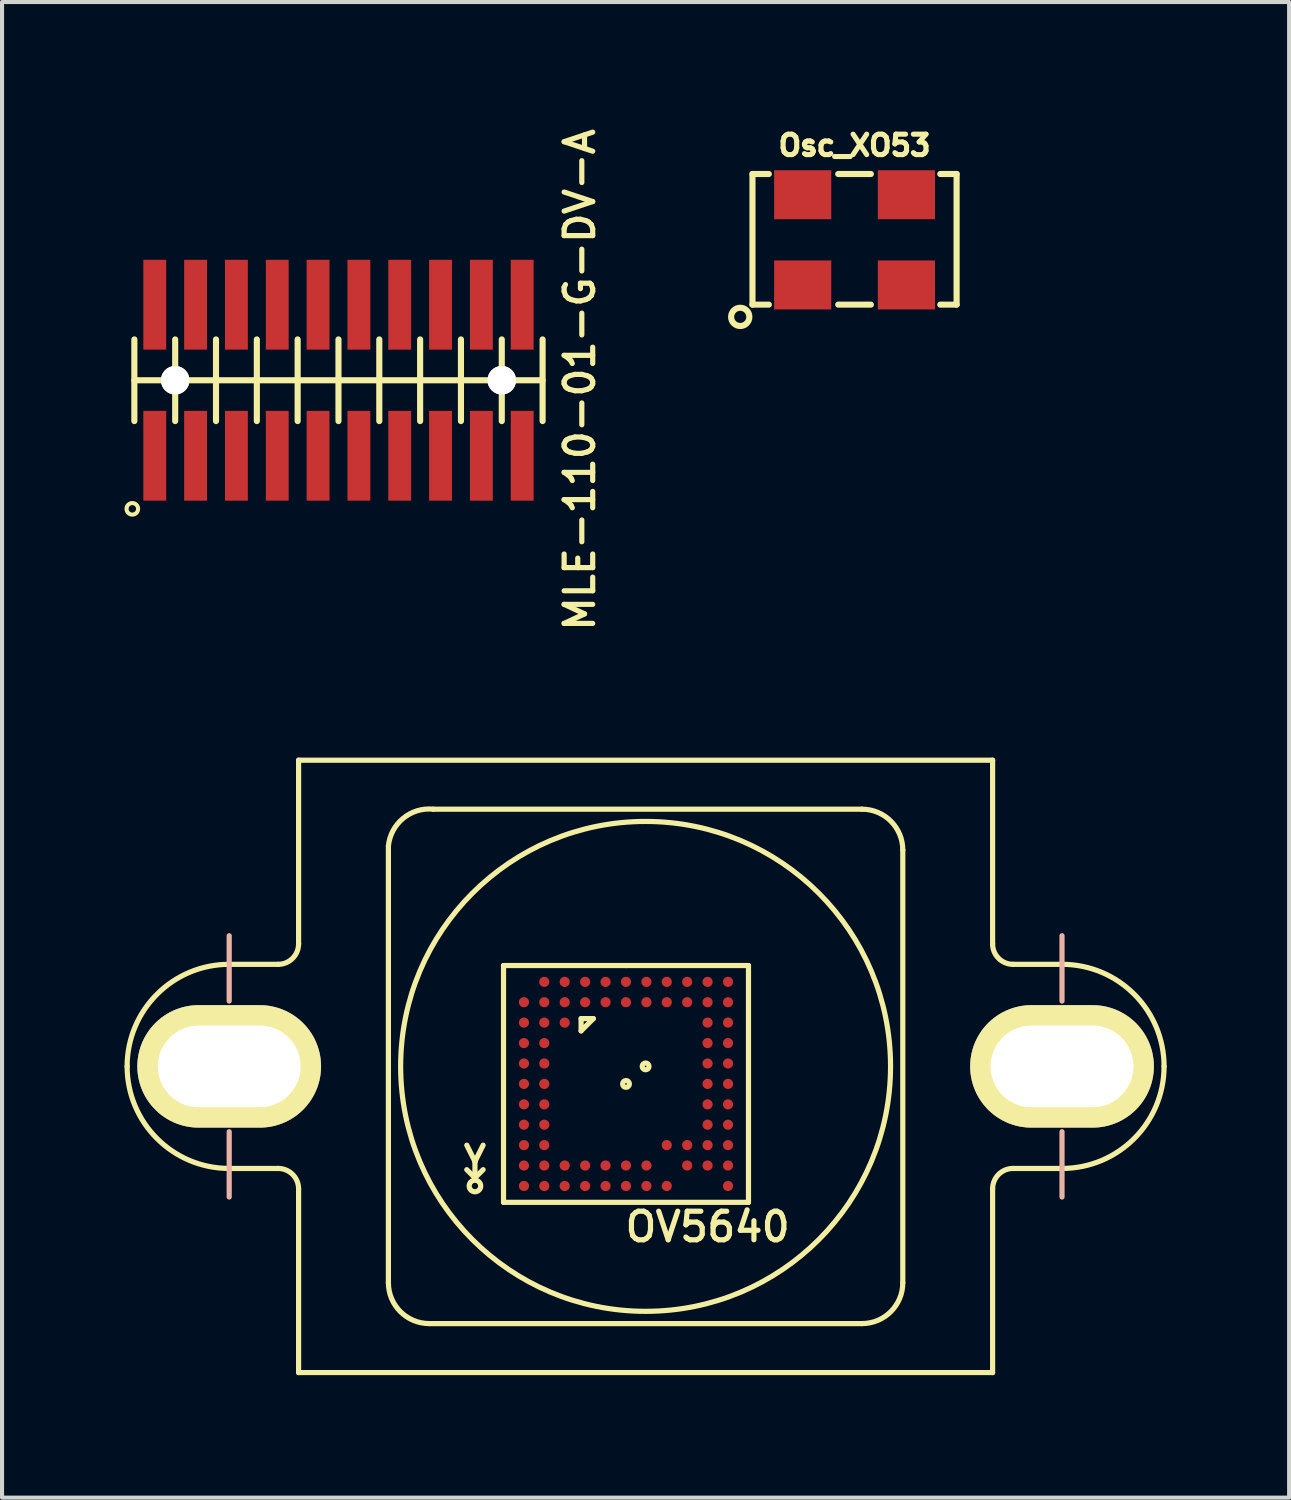
<source format=kicad_pcb>
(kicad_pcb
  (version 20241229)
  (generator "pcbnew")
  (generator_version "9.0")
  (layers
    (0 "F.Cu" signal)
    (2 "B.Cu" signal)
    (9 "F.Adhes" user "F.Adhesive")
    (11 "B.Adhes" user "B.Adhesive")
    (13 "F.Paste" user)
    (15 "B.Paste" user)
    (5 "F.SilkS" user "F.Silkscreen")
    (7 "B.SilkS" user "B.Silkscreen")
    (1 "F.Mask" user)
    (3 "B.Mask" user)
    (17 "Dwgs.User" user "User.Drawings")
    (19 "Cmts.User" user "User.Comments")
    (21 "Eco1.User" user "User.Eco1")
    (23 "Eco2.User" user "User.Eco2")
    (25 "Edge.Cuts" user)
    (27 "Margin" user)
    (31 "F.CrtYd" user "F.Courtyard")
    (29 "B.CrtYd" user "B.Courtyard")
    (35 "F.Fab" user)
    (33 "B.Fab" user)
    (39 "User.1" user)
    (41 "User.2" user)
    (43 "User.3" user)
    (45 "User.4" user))
  (footprint "OV5640"
    (layer "F.Cu")
    (at 12.764 23.071)
    (property "Reference" "OV5640" (at 1.52 3.93 180) (layer "F.SilkS") (effects (font (size 0.7 0.7) (thickness 0.127))))
    (attr through_hole)
    (fp_line (start -10.2 -2.5) (end -9 -2.5) (stroke (width 0.127) (type solid)) (layer "F.SilkS"))
    (fp_line (start -10.2 2.5) (end -9 2.5) (stroke (width 0.127) (type solid)) (layer "F.SilkS"))
    (fp_line (start -8.5 -3) (end -8.5 -7.5) (stroke (width 0.127) (type solid)) (layer "F.SilkS"))
    (fp_line (start -8.5 3) (end -8.5 7.5) (stroke (width 0.127) (type solid)) (layer "F.SilkS"))
    (fp_line (start -8.5 7.5) (end 8.5 7.5) (stroke (width 0.127) (type solid)) (layer "F.SilkS"))
    (fp_line (start -6.3 -5.4) (end -6.3 5.3) (stroke (width 0.127) (type solid)) (layer "F.SilkS"))
    (fp_line (start -5.3 6.3) (end 5.3 6.3) (stroke (width 0.127) (type solid)) (layer "F.SilkS"))
    (fp_line (start -4.18 2.33) (end -4.38 1.93) (stroke (width 0.127) (type solid)) (layer "F.SilkS"))
    (fp_line (start -4.18 2.33) (end -4.18 2.73) (stroke (width 0.127) (type solid)) (layer "F.SilkS"))
    (fp_line (start -4.18 2.73) (end -4.38 2.53) (stroke (width 0.127) (type solid)) (layer "F.SilkS"))
    (fp_line (start -4.18 2.73) (end -3.98 2.53) (stroke (width 0.127) (type solid)) (layer "F.SilkS"))
    (fp_line (start -3.98 1.93) (end -4.18 2.33) (stroke (width 0.127) (type solid)) (layer "F.SilkS"))
    (fp_line (start -3.48 -2.47) (end -0.48 -2.47) (stroke (width 0.127) (type solid)) (layer "F.SilkS"))
    (fp_line (start -3.48 3.33) (end -3.48 -2.47) (stroke (width 0.127) (type solid)) (layer "F.SilkS"))
    (fp_line (start -1.58 -1.17) (end -1.58 -0.87) (stroke (width 0.127) (type solid)) (layer "F.SilkS"))
    (fp_line (start -1.58 -0.87) (end -1.28 -1.17) (stroke (width 0.127) (type solid)) (layer "F.SilkS"))
    (fp_line (start -1.28 -1.17) (end -1.58 -1.17) (stroke (width 0.127) (type solid)) (layer "F.SilkS"))
    (fp_line (start -0.48 -2.47) (end 2.52 -2.47) (stroke (width 0.127) (type solid)) (layer "F.SilkS"))
    (fp_line (start 2.52 -2.47) (end 2.52 3.33) (stroke (width 0.127) (type solid)) (layer "F.SilkS"))
    (fp_line (start 2.52 3.33) (end -3.48 3.33) (stroke (width 0.127) (type solid)) (layer "F.SilkS"))
    (fp_line (start 5.3 -6.3) (end -5.2 -6.3) (stroke (width 0.127) (type solid)) (layer "F.SilkS"))
    (fp_line (start 6.3 5.3) (end 6.3 -5.3) (stroke (width 0.127) (type solid)) (layer "F.SilkS"))
    (fp_line (start 8.5 -7.5) (end -8.5 -7.5) (stroke (width 0.127) (type solid)) (layer "F.SilkS"))
    (fp_line (start 8.5 -3) (end 8.5 -7.5) (stroke (width 0.127) (type solid)) (layer "F.SilkS"))
    (fp_line (start 8.5 3) (end 8.5 7.5) (stroke (width 0.127) (type solid)) (layer "F.SilkS"))
    (fp_line (start 9 -2.5) (end 10.2 -2.5) (stroke (width 0.127) (type solid)) (layer "F.SilkS"))
    (fp_line (start 9 2.5) (end 10.2 2.5) (stroke (width 0.127) (type solid)) (layer "F.SilkS"))
    (fp_arc (start -12.7 0) (mid -11.967767 -1.767767) (end -10.2 -2.5) (stroke (width 0.127) (type solid)) (layer "F.SilkS"))
    (fp_arc (start -10.2 2.5) (mid -11.967767 1.767767) (end -12.7 0) (stroke (width 0.127) (type solid)) (layer "F.SilkS"))
    (fp_arc (start -9 2.5) (mid -8.646447 2.646447) (end -8.5 3) (stroke (width 0.127) (type solid)) (layer "F.SilkS"))
    (fp_arc (start -8.5 -3) (mid -8.646447 -2.646447) (end -9 -2.5) (stroke (width 0.127) (type solid)) (layer "F.SilkS"))
    (fp_arc (start -6.3 -5.4) (mid -5.936396 -6.077817) (end -5.2 -6.3) (stroke (width 0.127) (type solid)) (layer "F.SilkS"))
    (fp_arc (start -5.3 6.3) (mid -6.007107 6.007107) (end -6.3 5.3) (stroke (width 0.127) (type solid)) (layer "F.SilkS"))
    (fp_arc (start 5.3 -6.3) (mid 6.007107 -6.007107) (end 6.3 -5.3) (stroke (width 0.127) (type solid)) (layer "F.SilkS"))
    (fp_arc (start 6.3 5.3) (mid 6.007107 6.007107) (end 5.3 6.3) (stroke (width 0.127) (type solid)) (layer "F.SilkS"))
    (fp_arc (start 8.5 3) (mid 8.646447 2.646447) (end 9 2.5) (stroke (width 0.127) (type solid)) (layer "F.SilkS"))
    (fp_arc (start 9 -2.5) (mid 8.646447 -2.646447) (end 8.5 -3) (stroke (width 0.127) (type solid)) (layer "F.SilkS"))
    (fp_arc (start 10.2 -2.5) (mid 11.967767 -1.767767) (end 12.7 0) (stroke (width 0.127) (type solid)) (layer "F.SilkS"))
    (fp_arc (start 12.7 0) (mid 11.967767 1.767767) (end 10.2 2.5) (stroke (width 0.127) (type solid)) (layer "F.SilkS"))
    (fp_circle (center -4.18 2.93) (end -4.28 2.83) (stroke (width 0.127) (type solid)) (fill no) (layer "F.SilkS"))
    (fp_circle (center -0.48 0.43) (end -0.48 0.41) (stroke (width 0.127) (type solid)) (fill no) (layer "F.SilkS"))
    (fp_circle (center 0 0) (end 0.02 0) (stroke (width 0.127) (type solid)) (fill no) (layer "F.SilkS"))
    (fp_circle (center 0 0) (end 6 0) (stroke (width 0.127) (type solid)) (fill no) (layer "F.SilkS"))
    (fp_line (start -10.2 -1.6) (end -10.2 -3.2) (stroke (width 0.127) (type solid)) (layer "B.SilkS"))
    (fp_line (start -10.2 1.6) (end -10.2 3.2) (stroke (width 0.127) (type solid)) (layer "B.SilkS"))
    (fp_line (start 10.2 -1.6) (end 10.2 -3.2) (stroke (width 0.127) (type solid)) (layer "B.SilkS"))
    (fp_line (start 10.2 1.6) (end 10.2 3.2) (stroke (width 0.127) (type solid)) (layer "B.SilkS"))
    (fp_line (start -1.78 -1.37) (end -1.78 1.33) (stroke (width 0.127) (type solid)) (layer "Eco2.User"))
    (fp_line (start -1.78 1.33) (end 1.82 1.33) (stroke (width 0.127) (type solid)) (layer "Eco2.User"))
    (fp_line (start 1.82 -1.37) (end -1.78 -1.37) (stroke (width 0.127) (type solid)) (layer "Eco2.User"))
    (fp_line (start 1.82 1.33) (end 1.82 -1.37) (stroke (width 0.127) (type solid)) (layer "Eco2.User"))
    (pad "" thru_hole oval (at -10.2 0) (size 4.5 3) (drill oval 3.5 2) (layers "*.Cu" "*.Mask" "F.SilkS"))
    (pad "" thru_hole oval (at 10.2 0) (size 4.5 3) (drill oval 3.5 2) (layers "*.Cu" "*.Mask" "F.SilkS"))
    (pad "A2" smd circle (at -2.482 -2.07 180) (size 0.249 0.249) (layers "F.Cu" "F.Mask" "F.Paste"))
    (pad "A3" smd circle (at -1.982 -2.07 180) (size 0.249 0.249) (layers "F.Cu" "F.Mask" "F.Paste"))
    (pad "A4" smd circle (at -1.481 -2.07 180) (size 0.249 0.249) (layers "F.Cu" "F.Mask" "F.Paste"))
    (pad "A5" smd circle (at -0.981 -2.07 180) (size 0.249 0.249) (layers "F.Cu" "F.Mask" "F.Paste"))
    (pad "A6" smd circle (at -0.481 -2.07 180) (size 0.249 0.249) (layers "F.Cu" "F.Mask" "F.Paste"))
    (pad "A7" smd circle (at 0.02 -2.07 180) (size 0.249 0.249) (layers "F.Cu" "F.Mask" "F.Paste"))
    (pad "A8" smd circle (at 0.518 -2.07 180) (size 0.249 0.249) (layers "F.Cu" "F.Mask" "F.Paste"))
    (pad "A9" smd circle (at 1.018 -2.07 180) (size 0.249 0.249) (layers "F.Cu" "F.Mask" "F.Paste"))
    (pad "A10" smd circle (at 1.518 -2.07 180) (size 0.249 0.249) (layers "F.Cu" "F.Mask" "F.Paste"))
    (pad "A11" smd circle (at 2.019 -2.07 180) (size 0.249 0.249) (layers "F.Cu" "F.Mask" "F.Paste"))
    (pad "B1" smd circle (at -2.98 -1.572 90) (size 0.249 0.249) (layers "F.Cu" "F.Mask" "F.Paste"))
    (pad "B2" smd circle (at -2.482 -1.572 180) (size 0.249 0.249) (layers "F.Cu" "F.Mask" "F.Paste"))
    (pad "B3" smd circle (at -1.982 -1.572 180) (size 0.249 0.249) (layers "F.Cu" "F.Mask" "F.Paste"))
    (pad "B4" smd circle (at -1.481 -1.572 180) (size 0.249 0.249) (layers "F.Cu" "F.Mask" "F.Paste"))
    (pad "B5" smd circle (at -0.981 -1.572 180) (size 0.249 0.249) (layers "F.Cu" "F.Mask" "F.Paste"))
    (pad "B6" smd circle (at -0.481 -1.572 180) (size 0.249 0.249) (layers "F.Cu" "F.Mask" "F.Paste"))
    (pad "B7" smd circle (at 0.02 -1.572 180) (size 0.249 0.249) (layers "F.Cu" "F.Mask" "F.Paste"))
    (pad "B8" smd circle (at 0.518 -1.572 180) (size 0.249 0.249) (layers "F.Cu" "F.Mask" "F.Paste"))
    (pad "B9" smd circle (at 1.018 -1.572 180) (size 0.249 0.249) (layers "F.Cu" "F.Mask" "F.Paste"))
    (pad "B10" smd circle (at 1.518 -1.572 180) (size 0.249 0.249) (layers "F.Cu" "F.Mask" "F.Paste"))
    (pad "B11" smd circle (at 2.019 -1.572 270) (size 0.249 0.249) (layers "F.Cu" "F.Mask" "F.Paste"))
    (pad "C1" smd circle (at -2.98 -1.072 90) (size 0.249 0.249) (layers "F.Cu" "F.Mask" "F.Paste"))
    (pad "C2" smd circle (at -2.482 -1.072 90) (size 0.249 0.249) (layers "F.Cu" "F.Mask" "F.Paste"))
    (pad "C3" smd circle (at -1.982 -1.072 180) (size 0.249 0.249) (layers "F.Cu" "F.Mask" "F.Paste"))
    (pad "C10" smd circle (at 1.518 -1.072 270) (size 0.249 0.249) (layers "F.Cu" "F.Mask" "F.Paste"))
    (pad "C11" smd circle (at 2.019 -1.072 270) (size 0.249 0.249) (layers "F.Cu" "F.Mask" "F.Paste"))
    (pad "D1" smd circle (at -2.98 -0.571 90) (size 0.249 0.249) (layers "F.Cu" "F.Mask" "F.Paste"))
    (pad "D2" smd circle (at -2.482 -0.571 90) (size 0.249 0.249) (layers "F.Cu" "F.Mask" "F.Paste"))
    (pad "D10" smd circle (at 1.518 -0.571 270) (size 0.249 0.249) (layers "F.Cu" "F.Mask" "F.Paste"))
    (pad "D11" smd circle (at 2.019 -0.571 270) (size 0.249 0.249) (layers "F.Cu" "F.Mask" "F.Paste"))
    (pad "E1" smd circle (at -2.98 -0.071 90) (size 0.249 0.249) (layers "F.Cu" "F.Mask" "F.Paste"))
    (pad "E2" smd circle (at -2.482 -0.071 90) (size 0.249 0.249) (layers "F.Cu" "F.Mask" "F.Paste"))
    (pad "E10" smd circle (at 1.518 -0.071 270) (size 0.249 0.249) (layers "F.Cu" "F.Mask" "F.Paste"))
    (pad "E11" smd circle (at 2.019 -0.071 270) (size 0.249 0.249) (layers "F.Cu" "F.Mask" "F.Paste"))
    (pad "F1" smd circle (at -2.98 0.429 90) (size 0.249 0.249) (layers "F.Cu" "F.Mask" "F.Paste"))
    (pad "F2" smd circle (at -2.482 0.429 90) (size 0.249 0.249) (layers "F.Cu" "F.Mask" "F.Paste"))
    (pad "F10" smd circle (at 1.518 0.429 270) (size 0.249 0.249) (layers "F.Cu" "F.Mask" "F.Paste"))
    (pad "F11" smd circle (at 2.019 0.429 270) (size 0.249 0.249) (layers "F.Cu" "F.Mask" "F.Paste"))
    (pad "G1" smd circle (at -2.98 0.93 90) (size 0.249 0.249) (layers "F.Cu" "F.Mask" "F.Paste"))
    (pad "G2" smd circle (at -2.482 0.93 90) (size 0.249 0.249) (layers "F.Cu" "F.Mask" "F.Paste"))
    (pad "G10" smd circle (at 1.518 0.93 270) (size 0.249 0.249) (layers "F.Cu" "F.Mask" "F.Paste"))
    (pad "G11" smd circle (at 2.019 0.93 270) (size 0.249 0.249) (layers "F.Cu" "F.Mask" "F.Paste"))
    (pad "H1" smd circle (at -2.98 1.428 90) (size 0.249 0.249) (layers "F.Cu" "F.Mask" "F.Paste"))
    (pad "H2" smd circle (at -2.482 1.428 90) (size 0.249 0.249) (layers "F.Cu" "F.Mask" "F.Paste"))
    (pad "H10" smd circle (at 1.518 1.428 270) (size 0.249 0.249) (layers "F.Cu" "F.Mask" "F.Paste"))
    (pad "H11" smd circle (at 2.019 1.428 270) (size 0.249 0.249) (layers "F.Cu" "F.Mask" "F.Paste"))
    (pad "J1" smd circle (at -2.98 1.928 90) (size 0.249 0.249) (layers "F.Cu" "F.Mask" "F.Paste"))
    (pad "J2" smd circle (at -2.482 1.928 90) (size 0.249 0.249) (layers "F.Cu" "F.Mask" "F.Paste"))
    (pad "J8" smd circle (at 0.518 1.928) (size 0.249 0.249) (layers "F.Cu" "F.Mask" "F.Paste"))
    (pad "J9" smd circle (at 1.018 1.928 180) (size 0.249 0.249) (layers "F.Cu" "F.Mask" "F.Paste"))
    (pad "J10" smd circle (at 1.518 1.928 270) (size 0.249 0.249) (layers "F.Cu" "F.Mask" "F.Paste"))
    (pad "J11" smd circle (at 2.019 1.928 270) (size 0.249 0.249) (layers "F.Cu" "F.Mask" "F.Paste"))
    (pad "K1" smd circle (at -2.98 2.428 90) (size 0.249 0.249) (layers "F.Cu" "F.Mask" "F.Paste"))
    (pad "K2" smd circle (at -2.482 2.428 90) (size 0.249 0.249) (layers "F.Cu" "F.Mask" "F.Paste"))
    (pad "K3" smd circle (at -1.982 2.428) (size 0.249 0.249) (layers "F.Cu" "F.Mask" "F.Paste"))
    (pad "K4" smd circle (at -1.481 2.428) (size 0.249 0.249) (layers "F.Cu" "F.Mask" "F.Paste"))
    (pad "K5" smd circle (at -0.981 2.428) (size 0.249 0.249) (layers "F.Cu" "F.Mask" "F.Paste"))
    (pad "K6" smd circle (at -0.481 2.428) (size 0.249 0.249) (layers "F.Cu" "F.Mask" "F.Paste"))
    (pad "K7" smd circle (at 0.02 2.428) (size 0.249 0.249) (layers "F.Cu" "F.Mask" "F.Paste"))
    (pad "K9" smd circle (at 1.018 2.428) (size 0.249 0.249) (layers "F.Cu" "F.Mask" "F.Paste"))
    (pad "K10" smd circle (at 1.518 2.428 180) (size 0.249 0.249) (layers "F.Cu" "F.Mask" "F.Paste"))
    (pad "K11" smd circle (at 2.019 2.428 270) (size 0.249 0.249) (layers "F.Cu" "F.Mask" "F.Paste"))
    (pad "L1" smd circle (at -2.98 2.929 90) (size 0.249 0.249) (layers "F.Cu" "F.Mask" "F.Paste"))
    (pad "L2" smd circle (at -2.482 2.929) (size 0.249 0.249) (layers "F.Cu" "F.Mask" "F.Paste"))
    (pad "L3" smd circle (at -1.982 2.929) (size 0.249 0.249) (layers "F.Cu" "F.Mask" "F.Paste"))
    (pad "L4" smd circle (at -1.481 2.929) (size 0.249 0.249) (layers "F.Cu" "F.Mask" "F.Paste"))
    (pad "L5" smd circle (at -0.981 2.929) (size 0.249 0.249) (layers "F.Cu" "F.Mask" "F.Paste"))
    (pad "L6" smd circle (at -0.481 2.929) (size 0.249 0.249) (layers "F.Cu" "F.Mask" "F.Paste"))
    (pad "L7" smd circle (at 0.02 2.929) (size 0.249 0.249) (layers "F.Cu" "F.Mask" "F.Paste"))
    (pad "L8" smd circle (at 0.518 2.929) (size 0.249 0.249) (layers "F.Cu" "F.Mask" "F.Paste"))
    (pad "L11" smd circle (at 2.019 2.929 180) (size 0.249 0.249) (layers "F.Cu" "F.Mask" "F.Paste")))
  (footprint "MLE-110-01-G-DV-A"
    (layer "F.Cu")
    (at 5.241 6.264)
    (property "Reference" "MLE-110-01-G-DV-A" (at 5.91 -0.01 90) (layer "F.SilkS") (effects (font (size 0.7 0.7) (thickness 0.127))))
    (attr through_hole)
    (fp_line (start -5 -1) (end -5 1) (stroke (width 0.15) (type solid)) (layer "F.SilkS"))
    (fp_line (start -4 -1) (end -4 0) (stroke (width 0.15) (type solid)) (layer "F.SilkS"))
    (fp_line (start -4 0) (end -5 0) (stroke (width 0.15) (type solid)) (layer "F.SilkS"))
    (fp_line (start -4 0) (end -4 1) (stroke (width 0.15) (type solid)) (layer "F.SilkS"))
    (fp_line (start -3 -1) (end -3 0) (stroke (width 0.15) (type solid)) (layer "F.SilkS"))
    (fp_line (start -3 0) (end -4 0) (stroke (width 0.15) (type solid)) (layer "F.SilkS"))
    (fp_line (start -3 0) (end -3 1) (stroke (width 0.15) (type solid)) (layer "F.SilkS"))
    (fp_line (start -2 -1) (end -2 0) (stroke (width 0.15) (type solid)) (layer "F.SilkS"))
    (fp_line (start -2 0) (end -3 0) (stroke (width 0.15) (type solid)) (layer "F.SilkS"))
    (fp_line (start -2 0) (end -2 1) (stroke (width 0.15) (type solid)) (layer "F.SilkS"))
    (fp_line (start -1 -1) (end -1 0) (stroke (width 0.15) (type solid)) (layer "F.SilkS"))
    (fp_line (start -1 0) (end -2 0) (stroke (width 0.15) (type solid)) (layer "F.SilkS"))
    (fp_line (start -1 0) (end -1 1) (stroke (width 0.15) (type solid)) (layer "F.SilkS"))
    (fp_line (start 0 -1) (end 0 0) (stroke (width 0.15) (type solid)) (layer "F.SilkS"))
    (fp_line (start 0 0) (end -1 0) (stroke (width 0.15) (type solid)) (layer "F.SilkS"))
    (fp_line (start 0 0) (end 0 1) (stroke (width 0.15) (type solid)) (layer "F.SilkS"))
    (fp_line (start 1 -1) (end 1 0) (stroke (width 0.15) (type solid)) (layer "F.SilkS"))
    (fp_line (start 1 0) (end 0 0) (stroke (width 0.15) (type solid)) (layer "F.SilkS"))
    (fp_line (start 1 0) (end 1 1) (stroke (width 0.15) (type solid)) (layer "F.SilkS"))
    (fp_line (start 2 -1) (end 2 0) (stroke (width 0.15) (type solid)) (layer "F.SilkS"))
    (fp_line (start 2 0) (end 1 0) (stroke (width 0.15) (type solid)) (layer "F.SilkS"))
    (fp_line (start 2 0) (end 2 1) (stroke (width 0.15) (type solid)) (layer "F.SilkS"))
    (fp_line (start 2 0) (end 3 0) (stroke (width 0.15) (type solid)) (layer "F.SilkS"))
    (fp_line (start 3 -1) (end 3 1) (stroke (width 0.15) (type solid)) (layer "F.SilkS"))
    (fp_line (start 4 -1) (end 4 0) (stroke (width 0.15) (type solid)) (layer "F.SilkS"))
    (fp_line (start 4 0) (end 3 0) (stroke (width 0.15) (type solid)) (layer "F.SilkS"))
    (fp_line (start 4 0) (end 4 1) (stroke (width 0.15) (type solid)) (layer "F.SilkS"))
    (fp_line (start 4 0) (end 5 0) (stroke (width 0.15) (type solid)) (layer "F.SilkS"))
    (fp_line (start 5 1) (end 5 -1) (stroke (width 0.15) (type solid)) (layer "F.SilkS"))
    (fp_circle (center -5.05 3.15) (end -5.15 3.25) (stroke (width 0.1) (type solid)) (fill no) (layer "F.SilkS"))
    (pad "" np_thru_hole circle (at -4 0) (size 0.7 0.7) (drill 0.7) (layers "*.Cu" "*.Mask" "F.SilkS"))
    (pad "" np_thru_hole circle (at 4 0) (size 0.7 0.7) (drill 0.7) (layers "*.Cu" "*.Mask" "F.SilkS"))
    (pad "1" smd rect (at -4.5 1.85) (size 0.56 2.2) (layers "F.Cu" "F.Mask" "F.Paste"))
    (pad "2" smd rect (at -4.5 -1.85) (size 0.56 2.2) (layers "F.Cu" "F.Mask" "F.Paste"))
    (pad "3" smd rect (at -3.5 1.85) (size 0.56 2.2) (layers "F.Cu" "F.Mask" "F.Paste"))
    (pad "4" smd rect (at -3.5 -1.85) (size 0.56 2.2) (layers "F.Cu" "F.Mask" "F.Paste"))
    (pad "5" smd rect (at -2.5 1.85) (size 0.56 2.2) (layers "F.Cu" "F.Mask" "F.Paste"))
    (pad "6" smd rect (at -2.5 -1.85) (size 0.56 2.2) (layers "F.Cu" "F.Mask" "F.Paste"))
    (pad "7" smd rect (at -1.5 1.85) (size 0.56 2.2) (layers "F.Cu" "F.Mask" "F.Paste"))
    (pad "8" smd rect (at -1.5 -1.85) (size 0.56 2.2) (layers "F.Cu" "F.Mask" "F.Paste"))
    (pad "9" smd rect (at -0.5 1.85) (size 0.56 2.2) (layers "F.Cu" "F.Mask" "F.Paste"))
    (pad "10" smd rect (at -0.5 -1.85) (size 0.56 2.2) (layers "F.Cu" "F.Mask" "F.Paste"))
    (pad "11" smd rect (at 0.5 1.85) (size 0.56 2.2) (layers "F.Cu" "F.Mask" "F.Paste"))
    (pad "12" smd rect (at 0.5 -1.85) (size 0.56 2.2) (layers "F.Cu" "F.Mask" "F.Paste"))
    (pad "13" smd rect (at 1.5 1.85) (size 0.56 2.2) (layers "F.Cu" "F.Mask" "F.Paste"))
    (pad "14" smd rect (at 1.5 -1.85) (size 0.56 2.2) (layers "F.Cu" "F.Mask" "F.Paste"))
    (pad "15" smd rect (at 2.5 1.85) (size 0.56 2.2) (layers "F.Cu" "F.Mask" "F.Paste"))
    (pad "16" smd rect (at 2.5 -1.85) (size 0.56 2.2) (layers "F.Cu" "F.Mask" "F.Paste"))
    (pad "17" smd rect (at 3.5 1.85) (size 0.56 2.2) (layers "F.Cu" "F.Mask" "F.Paste"))
    (pad "18" smd rect (at 3.5 -1.85) (size 0.56 2.2) (layers "F.Cu" "F.Mask" "F.Paste"))
    (pad "19" smd rect (at 4.5 1.85) (size 0.56 2.2) (layers "F.Cu" "F.Mask" "F.Paste"))
    (pad "20" smd rect (at 4.5 -1.85) (size 0.56 2.2) (layers "F.Cu" "F.Mask" "F.Paste")))
  (footprint "Osc_XO53"
    (layer "F.Cu")
    (at 17.882 2.812)
    (property "Reference" "Osc_XO53" (at 0 -2.3 0) (layer "F.SilkS") (effects (font (size 0.5 0.5) (thickness 0.125))))
    (attr through_hole)
    (fp_line (start -2.5 -1.6) (end -2.1 -1.6) (stroke (width 0.15) (type solid)) (layer "F.SilkS"))
    (fp_line (start -2.5 1.6) (end -2.5 -1.6) (stroke (width 0.15) (type solid)) (layer "F.SilkS"))
    (fp_line (start -2.1 1.6) (end -2.5 1.6) (stroke (width 0.15) (type solid)) (layer "F.SilkS"))
    (fp_line (start 0.4 -1.6) (end -0.4 -1.6) (stroke (width 0.15) (type solid)) (layer "F.SilkS"))
    (fp_line (start 0.4 1.6) (end -0.4 1.6) (stroke (width 0.15) (type solid)) (layer "F.SilkS"))
    (fp_line (start 2.5 -1.6) (end 2.1 -1.6) (stroke (width 0.15) (type solid)) (layer "F.SilkS"))
    (fp_line (start 2.5 -1.6) (end 2.5 1.6) (stroke (width 0.15) (type solid)) (layer "F.SilkS"))
    (fp_line (start 2.5 1.6) (end 2.1 1.6) (stroke (width 0.15) (type solid)) (layer "F.SilkS"))
    (fp_circle (center -2.8 1.9) (end -2.9 2.1) (stroke (width 0.15) (type solid)) (fill no) (layer "F.SilkS"))
    (pad "1" smd rect (at -1.27 1.118) (size 1.4 1.2) (layers "F.Cu" "F.Mask" "F.Paste"))
    (pad "2" smd rect (at 1.27 1.118) (size 1.4 1.2) (layers "F.Cu" "F.Mask" "F.Paste"))
    (pad "3" smd rect (at 1.27 -1.092) (size 1.4 1.2) (layers "F.Cu" "F.Mask" "F.Paste"))
    (pad "4" smd rect (at -1.27 -1.092) (size 1.4 1.2) (layers "F.Cu" "F.Mask" "F.Paste")))
  (gr_rect
    (start -3 -3)
    (end 28.527 33.635)
    (stroke (width 0.1) (type default))
    (fill no)
    (layer "Edge.Cuts")))
</source>
